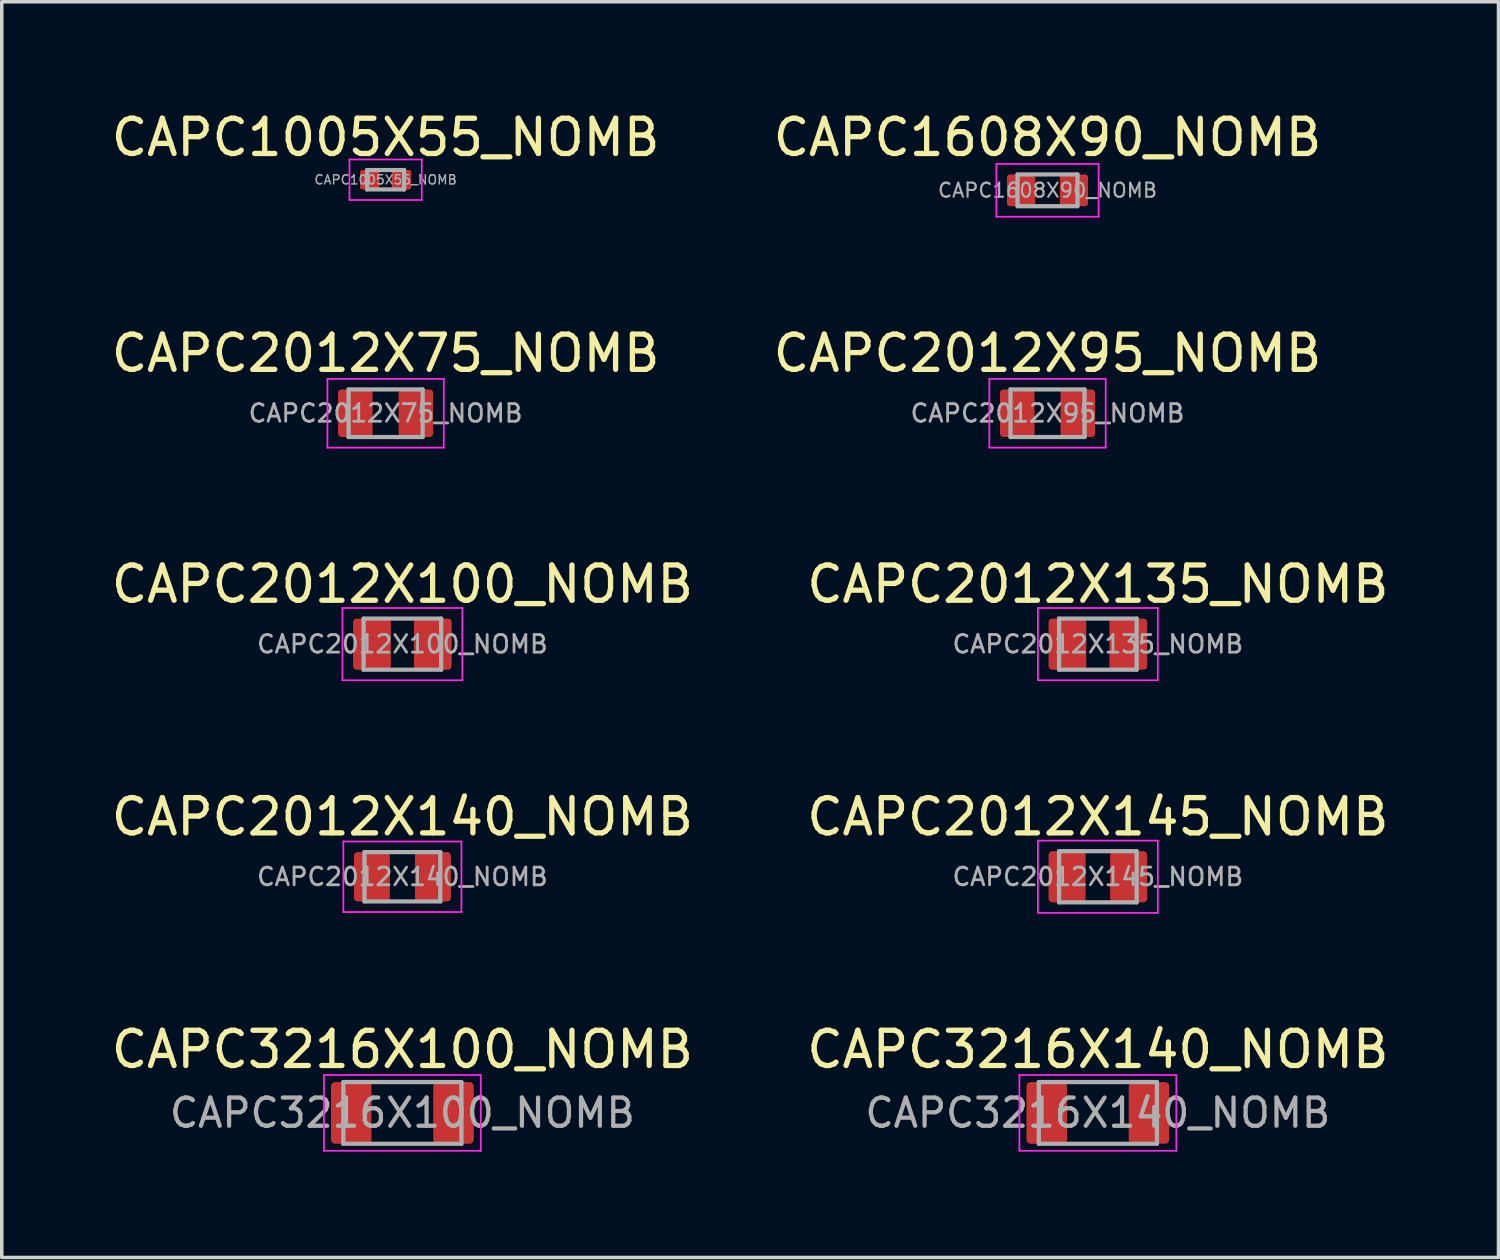
<source format=kicad_pcb>
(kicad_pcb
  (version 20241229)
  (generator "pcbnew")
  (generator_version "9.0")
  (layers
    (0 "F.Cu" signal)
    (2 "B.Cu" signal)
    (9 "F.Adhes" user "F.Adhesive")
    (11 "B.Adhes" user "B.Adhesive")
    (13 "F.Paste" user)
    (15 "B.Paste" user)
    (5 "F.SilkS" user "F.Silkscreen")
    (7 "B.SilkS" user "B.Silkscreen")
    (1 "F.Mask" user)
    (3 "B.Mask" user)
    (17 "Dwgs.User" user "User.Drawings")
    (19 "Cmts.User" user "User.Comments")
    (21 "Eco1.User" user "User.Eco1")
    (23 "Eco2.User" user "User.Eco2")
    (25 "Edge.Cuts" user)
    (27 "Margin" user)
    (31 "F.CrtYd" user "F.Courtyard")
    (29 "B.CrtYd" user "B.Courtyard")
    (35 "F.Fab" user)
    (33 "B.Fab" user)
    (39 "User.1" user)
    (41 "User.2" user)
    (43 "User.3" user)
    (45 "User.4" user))
  (footprint "CAPC2012X140_NOMB"
    (layer "F.Cu")
    (at 8.363 21.818)
    (property "Reference" "CAPC2012X140_NOMB" (at 0 -1.7 0) (layer "F.SilkS") (effects (font (size 1 1) (thickness 0.15))))
    (attr smd)
    (fp_line (start -1.675 -1) (end 1.675 -1) (stroke (width 0.05) (type solid)) (layer "F.CrtYd"))
    (fp_line (start -1.675 1) (end -1.675 -1) (stroke (width 0.05) (type solid)) (layer "F.CrtYd"))
    (fp_line (start 1.675 -1) (end 1.675 1) (stroke (width 0.05) (type solid)) (layer "F.CrtYd"))
    (fp_line (start 1.675 1) (end -1.675 1) (stroke (width 0.05) (type solid)) (layer "F.CrtYd"))
    (fp_line (start -1.075 -0.7) (end 1.075 -0.7) (stroke (width 0.12) (type solid)) (layer "F.Fab"))
    (fp_line (start -1.075 0.7) (end -1.075 -0.7) (stroke (width 0.12) (type solid)) (layer "F.Fab"))
    (fp_line (start 1.075 -0.7) (end 1.075 0.7) (stroke (width 0.12) (type solid)) (layer "F.Fab"))
    (fp_line (start 1.075 0.7) (end -1.075 0.7) (stroke (width 0.12) (type solid)) (layer "F.Fab"))
    (fp_text user "${REFERENCE}" (at 0 0 0) (layer "F.Fab") (effects (font (size 0.5 0.5) (thickness 0.08))))
    (pad "1" smd roundrect (at -0.866 0) (size 1.02 1.4) (layers "F.Cu" "F.Mask" "F.Paste") (roundrect_rratio 0.1))
    (pad "2" smd roundrect (at 0.866 0) (size 1.02 1.4) (property pad_prop_testpoint) (layers "F.Cu" "F.Mask" "F.Paste") (roundrect_rratio 0.1)))
  (footprint "CAPC3216X100_NOMB"
    (layer "F.Cu")
    (at 8.363 28.516)
    (property "Reference" "CAPC3216X100_NOMB" (at 0 -1.8 0) (layer "F.SilkS") (effects (font (size 1 1) (thickness 0.15))))
    (attr smd)
    (fp_line (start -2.225 -1.075) (end 2.225 -1.075) (stroke (width 0.05) (type solid)) (layer "F.CrtYd"))
    (fp_line (start -2.225 1.075) (end -2.225 -1.075) (stroke (width 0.05) (type solid)) (layer "F.CrtYd"))
    (fp_line (start 2.225 -1.075) (end 2.225 1.075) (stroke (width 0.05) (type solid)) (layer "F.CrtYd"))
    (fp_line (start 2.225 1.075) (end -2.225 1.075) (stroke (width 0.05) (type solid)) (layer "F.CrtYd"))
    (fp_line (start -1.675 -0.875) (end 1.675 -0.875) (stroke (width 0.12) (type solid)) (layer "F.Fab"))
    (fp_line (start -1.675 0.875) (end -1.675 -0.875) (stroke (width 0.12) (type solid)) (layer "F.Fab"))
    (fp_line (start 1.675 -0.875) (end 1.675 0.875) (stroke (width 0.12) (type solid)) (layer "F.Fab"))
    (fp_line (start 1.675 0.875) (end -1.675 0.875) (stroke (width 0.12) (type solid)) (layer "F.Fab"))
    (fp_text user "${REFERENCE}" (at 0 0 0) (layer "F.Fab") (effects (font (size 0.8 0.8) (thickness 0.12))))
    (pad "1" smd roundrect (at -1.45 0) (size 1.15 1.75) (layers "F.Cu" "F.Mask" "F.Paste") (roundrect_rratio 0.1))
    (pad "2" smd roundrect (at 1.45 0) (size 1.15 1.75) (property pad_prop_testpoint) (layers "F.Cu" "F.Mask" "F.Paste") (roundrect_rratio 0.1)))
  (footprint "CAPC3216X140_NOMB"
    (layer "F.Cu")
    (at 28.089 28.516)
    (property "Reference" "CAPC3216X140_NOMB" (at 0 -1.8 0) (layer "F.SilkS") (effects (font (size 1 1) (thickness 0.15))))
    (attr smd)
    (fp_line (start -2.225 -1.075) (end 2.225 -1.075) (stroke (width 0.05) (type solid)) (layer "F.CrtYd"))
    (fp_line (start -2.225 1.075) (end -2.225 -1.075) (stroke (width 0.05) (type solid)) (layer "F.CrtYd"))
    (fp_line (start 2.225 -1.075) (end 2.225 1.075) (stroke (width 0.05) (type solid)) (layer "F.CrtYd"))
    (fp_line (start 2.225 1.075) (end -2.225 1.075) (stroke (width 0.05) (type solid)) (layer "F.CrtYd"))
    (fp_line (start -1.675 -0.875) (end 1.675 -0.875) (stroke (width 0.12) (type solid)) (layer "F.Fab"))
    (fp_line (start -1.675 0.875) (end -1.675 -0.875) (stroke (width 0.12) (type solid)) (layer "F.Fab"))
    (fp_line (start 1.675 -0.875) (end 1.675 0.875) (stroke (width 0.12) (type solid)) (layer "F.Fab"))
    (fp_line (start 1.675 0.875) (end -1.675 0.875) (stroke (width 0.12) (type solid)) (layer "F.Fab"))
    (fp_text user "${REFERENCE}" (at 0 0 0) (layer "F.Fab") (effects (font (size 0.8 0.8) (thickness 0.12))))
    (pad "1" smd roundrect (at -1.45 0) (size 1.15 1.75) (layers "F.Cu" "F.Mask" "F.Paste") (roundrect_rratio 0.1))
    (pad "2" smd roundrect (at 1.45 0) (size 1.15 1.75) (property pad_prop_testpoint) (layers "F.Cu" "F.Mask" "F.Paste") (roundrect_rratio 0.1)))
  (footprint "CAPC2012X145_NOMB"
    (layer "F.Cu")
    (at 28.089 21.818)
    (property "Reference" "CAPC2012X145_NOMB" (at 0 -1.7 0) (layer "F.SilkS") (effects (font (size 1 1) (thickness 0.15))))
    (attr smd)
    (fp_line (start -1.7 -1.025) (end 1.7 -1.025) (stroke (width 0.05) (type solid)) (layer "F.CrtYd"))
    (fp_line (start -1.7 1.025) (end -1.7 -1.025) (stroke (width 0.05) (type solid)) (layer "F.CrtYd"))
    (fp_line (start 1.7 -1.025) (end 1.7 1.025) (stroke (width 0.05) (type solid)) (layer "F.CrtYd"))
    (fp_line (start 1.7 1.025) (end -1.7 1.025) (stroke (width 0.05) (type solid)) (layer "F.CrtYd"))
    (fp_line (start -1.1 -0.725) (end 1.1 -0.725) (stroke (width 0.12) (type solid)) (layer "F.Fab"))
    (fp_line (start -1.1 0.725) (end -1.1 -0.725) (stroke (width 0.12) (type solid)) (layer "F.Fab"))
    (fp_line (start 1.1 -0.725) (end 1.1 0.725) (stroke (width 0.12) (type solid)) (layer "F.Fab"))
    (fp_line (start 1.1 0.725) (end -1.1 0.725) (stroke (width 0.12) (type solid)) (layer "F.Fab"))
    (fp_text user "${REFERENCE}" (at 0 0 0) (layer "F.Fab") (effects (font (size 0.5 0.5) (thickness 0.08))))
    (pad "1" smd roundrect (at -0.873 0) (size 1.05 1.45) (layers "F.Cu" "F.Mask" "F.Paste") (roundrect_rratio 0.1))
    (pad "2" smd roundrect (at 0.873 0) (size 1.05 1.45) (property pad_prop_testpoint) (layers "F.Cu" "F.Mask" "F.Paste") (roundrect_rratio 0.1)))
  (footprint "CAPC2012X75_NOMB"
    (layer "F.Cu")
    (at 7.887 8.671)
    (property "Reference" "CAPC2012X75_NOMB" (at 0 -1.7 0) (layer "F.SilkS") (effects (font (size 1 1) (thickness 0.15))))
    (attr smd)
    (fp_line (start -1.65 -0.975) (end 1.65 -0.975) (stroke (width 0.05) (type solid)) (layer "F.CrtYd"))
    (fp_line (start -1.65 0.975) (end -1.65 -0.975) (stroke (width 0.05) (type solid)) (layer "F.CrtYd"))
    (fp_line (start 1.65 -0.975) (end 1.65 0.975) (stroke (width 0.05) (type solid)) (layer "F.CrtYd"))
    (fp_line (start 1.65 0.975) (end -1.65 0.975) (stroke (width 0.05) (type solid)) (layer "F.CrtYd"))
    (fp_line (start -1.05 -0.675) (end 1.05 -0.675) (stroke (width 0.12) (type solid)) (layer "F.Fab"))
    (fp_line (start -1.05 0.675) (end -1.05 -0.675) (stroke (width 0.12) (type solid)) (layer "F.Fab"))
    (fp_line (start 1.05 -0.675) (end 1.05 0.675) (stroke (width 0.12) (type solid)) (layer "F.Fab"))
    (fp_line (start 1.05 0.675) (end -1.05 0.675) (stroke (width 0.12) (type solid)) (layer "F.Fab"))
    (fp_text user "${REFERENCE}" (at 0 0 0) (layer "F.Fab") (effects (font (size 0.5 0.5) (thickness 0.08))))
    (pad "1" smd roundrect (at -0.858 0) (size 0.98 1.35) (layers "F.Cu" "F.Mask" "F.Paste") (roundrect_rratio 0.1))
    (pad "2" smd roundrect (at 0.858 0) (size 0.98 1.35) (property pad_prop_testpoint) (layers "F.Cu" "F.Mask" "F.Paste") (roundrect_rratio 0.1)))
  (footprint "CAPC2012X135_NOMB"
    (layer "F.Cu")
    (at 28.089 15.22)
    (property "Reference" "CAPC2012X135_NOMB" (at 0 -1.7 0) (layer "F.SilkS") (effects (font (size 1 1) (thickness 0.15))))
    (attr smd)
    (fp_line (start -1.7 -1.025) (end 1.7 -1.025) (stroke (width 0.05) (type solid)) (layer "F.CrtYd"))
    (fp_line (start -1.7 1.025) (end -1.7 -1.025) (stroke (width 0.05) (type solid)) (layer "F.CrtYd"))
    (fp_line (start 1.7 -1.025) (end 1.7 1.025) (stroke (width 0.05) (type solid)) (layer "F.CrtYd"))
    (fp_line (start 1.7 1.025) (end -1.7 1.025) (stroke (width 0.05) (type solid)) (layer "F.CrtYd"))
    (fp_line (start -1.1 -0.725) (end 1.1 -0.725) (stroke (width 0.12) (type solid)) (layer "F.Fab"))
    (fp_line (start -1.1 0.725) (end -1.1 -0.725) (stroke (width 0.12) (type solid)) (layer "F.Fab"))
    (fp_line (start 1.1 -0.725) (end 1.1 0.725) (stroke (width 0.12) (type solid)) (layer "F.Fab"))
    (fp_line (start 1.1 0.725) (end -1.1 0.725) (stroke (width 0.12) (type solid)) (layer "F.Fab"))
    (fp_text user "${REFERENCE}" (at 0 0 0) (layer "F.Fab") (effects (font (size 0.5 0.5) (thickness 0.08))))
    (pad "1" smd roundrect (at -0.863 0) (size 1.07 1.45) (layers "F.Cu" "F.Mask" "F.Paste") (roundrect_rratio 0.093))
    (pad "2" smd roundrect (at 0.863 0) (size 1.07 1.45) (property pad_prop_testpoint) (layers "F.Cu" "F.Mask" "F.Paste") (roundrect_rratio 0.093)))
  (footprint "CAPC2012X100_NOMB"
    (layer "F.Cu")
    (at 8.363 15.22)
    (property "Reference" "CAPC2012X100_NOMB" (at 0 -1.7 0) (layer "F.SilkS") (effects (font (size 1 1) (thickness 0.15))))
    (attr smd)
    (fp_line (start -1.7 -1.025) (end 1.7 -1.025) (stroke (width 0.05) (type solid)) (layer "F.CrtYd"))
    (fp_line (start -1.7 1.025) (end -1.7 -1.025) (stroke (width 0.05) (type solid)) (layer "F.CrtYd"))
    (fp_line (start 1.7 -1.025) (end 1.7 1.025) (stroke (width 0.05) (type solid)) (layer "F.CrtYd"))
    (fp_line (start 1.7 1.025) (end -1.7 1.025) (stroke (width 0.05) (type solid)) (layer "F.CrtYd"))
    (fp_line (start -1.1 -0.725) (end 1.1 -0.725) (stroke (width 0.12) (type solid)) (layer "F.Fab"))
    (fp_line (start -1.1 0.725) (end -1.1 -0.725) (stroke (width 0.12) (type solid)) (layer "F.Fab"))
    (fp_line (start 1.1 -0.725) (end 1.1 0.725) (stroke (width 0.12) (type solid)) (layer "F.Fab"))
    (fp_line (start 1.1 0.725) (end -1.1 0.725) (stroke (width 0.12) (type solid)) (layer "F.Fab"))
    (fp_text user "${REFERENCE}" (at 0 0 0) (layer "F.Fab") (effects (font (size 0.5 0.5) (thickness 0.08))))
    (pad "1" smd roundrect (at -0.863 0) (size 1.07 1.45) (layers "F.Cu" "F.Mask" "F.Paste") (roundrect_rratio 0.093))
    (pad "2" smd roundrect (at 0.863 0) (size 1.07 1.45) (property pad_prop_testpoint) (layers "F.Cu" "F.Mask" "F.Paste") (roundrect_rratio 0.093)))
  (footprint "CAPC1005X55_NOMB"
    (layer "F.Cu")
    (at 7.887 2.048)
    (property "Reference" "CAPC1005X55_NOMB" (at 0 -1.2 0) (layer "F.SilkS") (effects (font (size 1 1) (thickness 0.15))))
    (attr smd)
    (fp_line (start -1.025 -0.575) (end 1.025 -0.575) (stroke (width 0.05) (type solid)) (layer "F.CrtYd"))
    (fp_line (start -1.025 0.575) (end -1.025 -0.575) (stroke (width 0.05) (type solid)) (layer "F.CrtYd"))
    (fp_line (start 1.025 -0.575) (end 1.025 0.575) (stroke (width 0.05) (type solid)) (layer "F.CrtYd"))
    (fp_line (start 1.025 0.575) (end -1.025 0.575) (stroke (width 0.05) (type solid)) (layer "F.CrtYd"))
    (fp_line (start -0.525 -0.275) (end 0.525 -0.275) (stroke (width 0.12) (type solid)) (layer "F.Fab"))
    (fp_line (start -0.525 0.275) (end -0.525 -0.275) (stroke (width 0.12) (type solid)) (layer "F.Fab"))
    (fp_line (start 0.525 -0.275) (end 0.525 0.275) (stroke (width 0.12) (type solid)) (layer "F.Fab"))
    (fp_line (start 0.525 0.275) (end -0.525 0.275) (stroke (width 0.12) (type solid)) (layer "F.Fab"))
    (fp_text user "${REFERENCE}" (at 0 0 0) (layer "F.Fab") (effects (font (size 0.26 0.26) (thickness 0.04))))
    (pad "1" smd roundrect (at -0.45 0) (size 0.55 0.55) (layers "F.Cu" "F.Mask" "F.Paste") (roundrect_rratio 0.1))
    (pad "2" smd roundrect (at 0.45 0) (size 0.55 0.55) (layers "F.Cu" "F.Mask" "F.Paste") (roundrect_rratio 0.1)))
  (footprint "CAPC1608X90_NOMB"
    (layer "F.Cu")
    (at 26.661 2.348)
    (property "Reference" "CAPC1608X90_NOMB" (at 0 -1.5 0) (layer "F.SilkS") (effects (font (size 1 1) (thickness 0.15))))
    (attr smd)
    (fp_line (start -1.45 -0.75) (end 1.45 -0.75) (stroke (width 0.05) (type solid)) (layer "F.CrtYd"))
    (fp_line (start -1.45 0.75) (end -1.45 -0.75) (stroke (width 0.05) (type solid)) (layer "F.CrtYd"))
    (fp_line (start 1.45 -0.75) (end 1.45 0.75) (stroke (width 0.05) (type solid)) (layer "F.CrtYd"))
    (fp_line (start 1.45 0.75) (end -1.45 0.75) (stroke (width 0.05) (type solid)) (layer "F.CrtYd"))
    (fp_line (start -0.85 -0.45) (end 0.85 -0.45) (stroke (width 0.12) (type solid)) (layer "F.Fab"))
    (fp_line (start -0.85 0.45) (end -0.85 -0.45) (stroke (width 0.12) (type solid)) (layer "F.Fab"))
    (fp_line (start 0.85 -0.45) (end 0.85 0.45) (stroke (width 0.12) (type solid)) (layer "F.Fab"))
    (fp_line (start 0.85 0.45) (end -0.85 0.45) (stroke (width 0.12) (type solid)) (layer "F.Fab"))
    (fp_text user "${REFERENCE}" (at 0 0 0) (layer "F.Fab") (effects (font (size 0.4 0.4) (thickness 0.06))))
    (pad "1" smd roundrect (at -0.75 0) (size 0.8 0.9) (layers "F.Cu" "F.Mask" "F.Paste") (roundrect_rratio 0.1))
    (pad "2" smd roundrect (at 0.75 0) (size 0.8 0.9) (layers "F.Cu" "F.Mask" "F.Paste") (roundrect_rratio 0.1)))
  (footprint "CAPC2012X95_NOMB"
    (layer "F.Cu")
    (at 26.661 8.671)
    (property "Reference" "CAPC2012X95_NOMB" (at 0 -1.7 0) (layer "F.SilkS") (effects (font (size 1 1) (thickness 0.15))))
    (attr smd)
    (fp_line (start -1.65 -0.975) (end 1.65 -0.975) (stroke (width 0.05) (type solid)) (layer "F.CrtYd"))
    (fp_line (start -1.65 0.975) (end -1.65 -0.975) (stroke (width 0.05) (type solid)) (layer "F.CrtYd"))
    (fp_line (start 1.65 -0.975) (end 1.65 0.975) (stroke (width 0.05) (type solid)) (layer "F.CrtYd"))
    (fp_line (start 1.65 0.975) (end -1.65 0.975) (stroke (width 0.05) (type solid)) (layer "F.CrtYd"))
    (fp_line (start -1.05 -0.675) (end 1.05 -0.675) (stroke (width 0.12) (type solid)) (layer "F.Fab"))
    (fp_line (start -1.05 0.675) (end -1.05 -0.675) (stroke (width 0.12) (type solid)) (layer "F.Fab"))
    (fp_line (start 1.05 -0.675) (end 1.05 0.675) (stroke (width 0.12) (type solid)) (layer "F.Fab"))
    (fp_line (start 1.05 0.675) (end -1.05 0.675) (stroke (width 0.12) (type solid)) (layer "F.Fab"))
    (fp_text user "${REFERENCE}" (at 0 0 0) (layer "F.Fab") (effects (font (size 0.5 0.5) (thickness 0.08))))
    (pad "1" smd roundrect (at -0.858 0) (size 0.98 1.35) (layers "F.Cu" "F.Mask" "F.Paste") (roundrect_rratio 0.1))
    (pad "2" smd roundrect (at 0.858 0) (size 0.98 1.35) (property pad_prop_testpoint) (layers "F.Cu" "F.Mask" "F.Paste") (roundrect_rratio 0.1)))
  (gr_rect
    (start -3 -3)
    (end 39.452 32.616)
    (stroke (width 0.1) (type default))
    (fill no)
    (layer "Edge.Cuts")))
</source>
